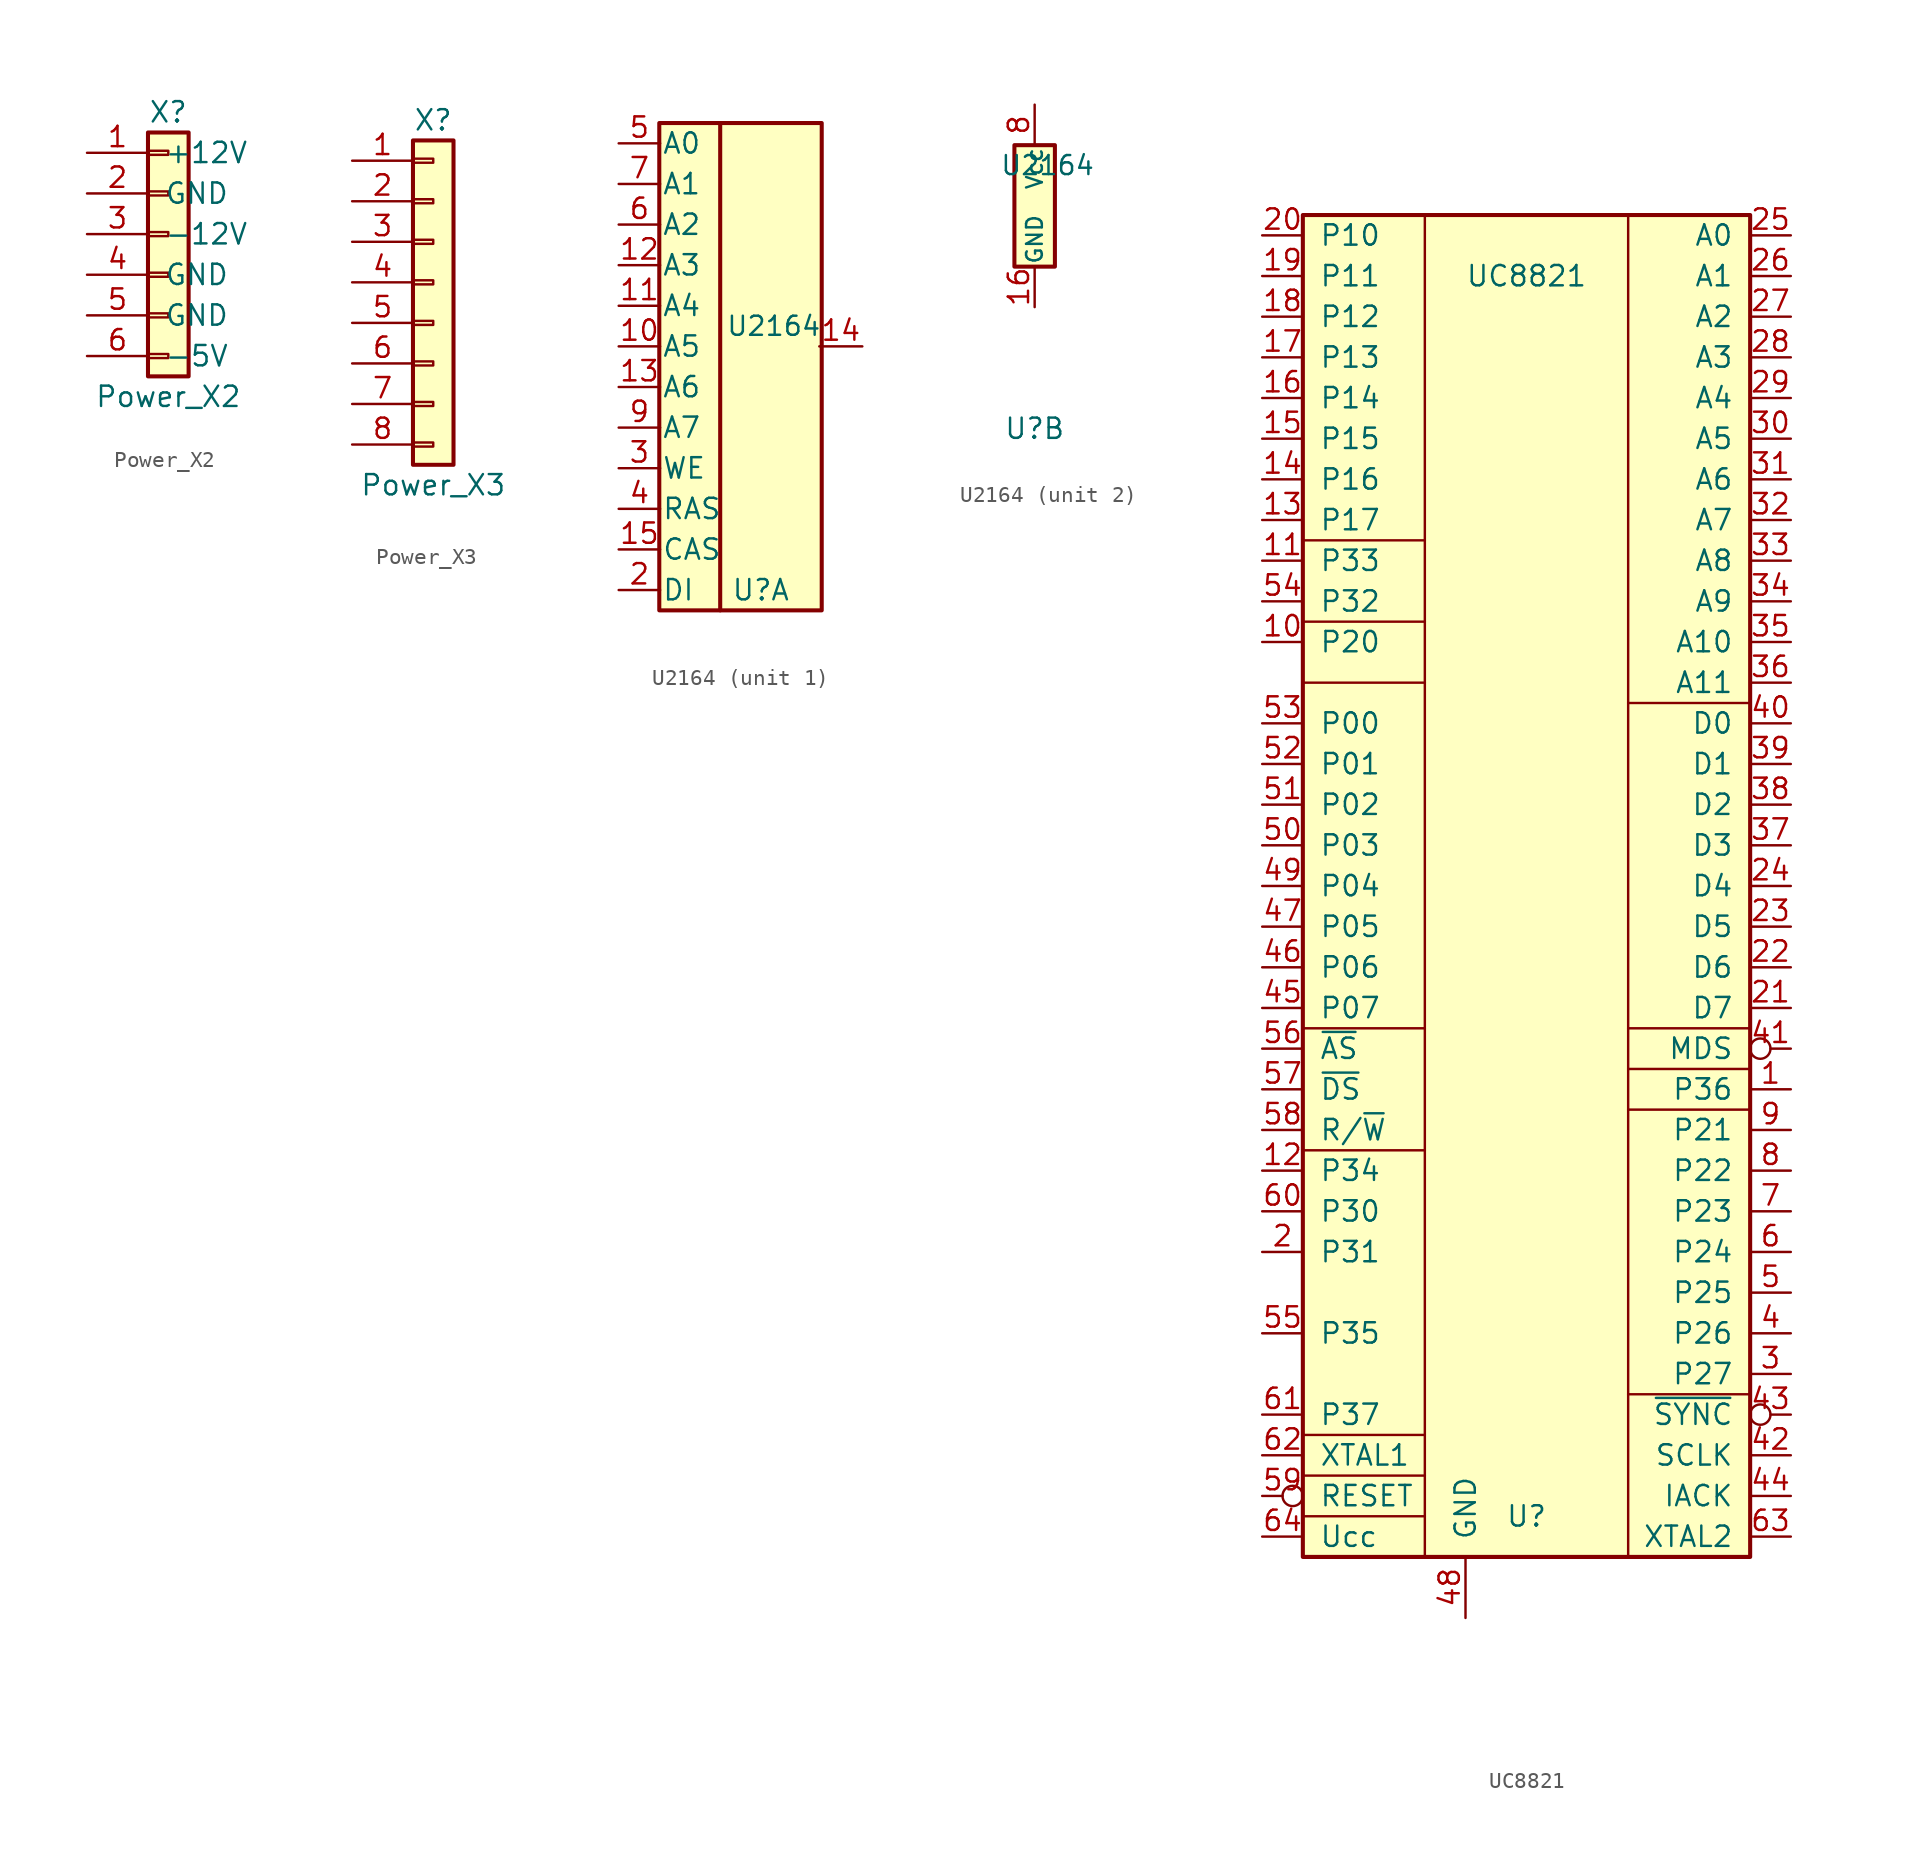
<source format=kicad_sym>
(kicad_symbol_lib
  (version 20241209)
  (generator "kicad_symbol_editor")
  (generator_version "9.0")
  (symbol "Power_X2"
    (pin_names
      (offset 1.016))
    (property "Reference" "X"
      (at 0 7.62 0)
      (effects (font (size 1.27 1.27))))
    (property "Value" "Power_X2"
      (at 0 -10.16 0)
      (effects (font (size 1.27 1.27))))
    (symbol "Power_X2_1_1"
      (rectangle (start -1.27 6.35) (end 1.27 -8.89) (stroke (width 0.254) (type default)) (fill (type background)))
      (rectangle (start -1.27 5.207) (end 0 4.953) (stroke (width 0.152) (type default)) (fill (type none)))
      (rectangle (start -1.27 2.667) (end 0 2.413) (stroke (width 0.152) (type default)) (fill (type none)))
      (rectangle (start -1.27 0.127) (end 0 -0.127) (stroke (width 0.152) (type default)) (fill (type none)))
      (rectangle (start -1.27 -2.413) (end 0 -2.667) (stroke (width 0.152) (type default)) (fill (type none)))
      (rectangle (start -1.27 -4.953) (end 0 -5.207) (stroke (width 0.152) (type default)) (fill (type none)))
      (rectangle (start -1.27 -7.493) (end 0 -7.747) (stroke (width 0.152) (type default)) (fill (type none)))
      (pin power_in line (at -5.08 5.08 0) (length 3.81) (name "+12V" (effects (font (size 1.27 1.27)))) (number "1" (effects (font (size 1.27 1.27)))))
      (pin power_in line (at -5.08 2.54 0) (length 3.81) (name "GND" (effects (font (size 1.27 1.27)))) (number "2" (effects (font (size 1.27 1.27)))))
      (pin power_in line (at -5.08 0 0) (length 3.81) (name "-12V" (effects (font (size 1.27 1.27)))) (number "3" (effects (font (size 1.27 1.27)))))
      (pin power_in line (at -5.08 -2.54 0) (length 3.81) (name "GND" (effects (font (size 1.27 1.27)))) (number "4" (effects (font (size 1.27 1.27)))))
      (pin power_in line (at -5.08 -5.08 0) (length 3.81) (name "GND" (effects (font (size 1.27 1.27)))) (number "5" (effects (font (size 1.27 1.27)))))
      (pin power_in line (at -5.08 -7.62 0) (length 3.81) (name "-5V" (effects (font (size 1.27 1.27)))) (number "6" (effects (font (size 1.27 1.27)))))))
  (symbol "Power_X3"
    (pin_names
      (offset 1.016)
      (hide yes))
    (property "Reference" "X"
      (at 0 10.16 0)
      (effects (font (size 1.27 1.27))))
    (property "Value" "Power_X3"
      (at 0 -12.7 0)
      (effects (font (size 1.27 1.27))))
    (symbol "Power_X3_1_1"
      (rectangle (start -1.27 8.89) (end 1.27 -11.43) (stroke (width 0.254) (type default)) (fill (type background)))
      (rectangle (start -1.27 7.747) (end 0 7.493) (stroke (width 0.152) (type default)) (fill (type none)))
      (rectangle (start -1.27 5.207) (end 0 4.953) (stroke (width 0.152) (type default)) (fill (type none)))
      (rectangle (start -1.27 2.667) (end 0 2.413) (stroke (width 0.152) (type default)) (fill (type none)))
      (rectangle (start -1.27 0.127) (end 0 -0.127) (stroke (width 0.152) (type default)) (fill (type none)))
      (rectangle (start -1.27 -2.413) (end 0 -2.667) (stroke (width 0.152) (type default)) (fill (type none)))
      (rectangle (start -1.27 -4.953) (end 0 -5.207) (stroke (width 0.152) (type default)) (fill (type none)))
      (rectangle (start -1.27 -7.493) (end 0 -7.747) (stroke (width 0.152) (type default)) (fill (type none)))
      (rectangle (start -1.27 -10.033) (end 0 -10.287) (stroke (width 0.152) (type default)) (fill (type none)))
      (pin power_in line (at -5.08 7.62 0) (length 3.81) (name "GND" (effects (font (size 1.27 1.27)))) (number "1" (effects (font (size 1.27 1.27)))))
      (pin power_in line (at -5.08 5.08 0) (length 3.81) (name "GND" (effects (font (size 1.27 1.27)))) (number "2" (effects (font (size 1.27 1.27)))))
      (pin power_in line (at -5.08 2.54 0) (length 3.81) (name "GND" (effects (font (size 1.27 1.27)))) (number "3" (effects (font (size 1.27 1.27)))))
      (pin power_in line (at -5.08 0 0) (length 3.81) (name "GND" (effects (font (size 1.27 1.27)))) (number "4" (effects (font (size 1.27 1.27)))))
      (pin power_in line (at -5.08 -2.54 0) (length 3.81) (name "+5V" (effects (font (size 1.27 1.27)))) (number "5" (effects (font (size 1.27 1.27)))))
      (pin power_in line (at -5.08 -5.08 0) (length 3.81) (name "+5V" (effects (font (size 1.27 1.27)))) (number "6" (effects (font (size 1.27 1.27)))))
      (pin power_in line (at -5.08 -7.62 0) (length 3.81) (name "+5V" (effects (font (size 1.27 1.27)))) (number "7" (effects (font (size 1.27 1.27)))))
      (pin power_in line (at -5.08 -10.16 0) (length 3.81) (name "+5V" (effects (font (size 1.27 1.27)))) (number "8" (effects (font (size 1.27 1.27)))))))
  (symbol "U2164"
    (pin_names
      (offset 0.102))
    (property "Reference" "U"
      (at 0 -13.97 0)
      (effects (font (size 1.27 1.27))))
    (property "Value" "U2164"
      (at 3.81 2.54 0)
      (effects (font (size 1.194 1.194)) (justify right)))
    (property "ki_locked" ""
      (at 0 0 0)
      (effects (font (size 1.27 1.27))))
    (symbol "U2164_1_0"
      (rectangle (start -6.35 15.24) (end 3.81 -15.24) (stroke (width 0.254) (type default)) (fill (type background)))
      (rectangle (start -2.54 15.24) (end -2.54 -15.24) (stroke (width 0.254) (type default)) (fill (type none)))
      (pin input line (at -8.89 13.97 0) (length 2.591) (name "A0" (effects (font (size 1.27 1.27)))) (number "5" (effects (font (size 1.27 1.27)))))
      (pin input line (at -8.89 11.43 0) (length 2.591) (name "A1" (effects (font (size 1.27 1.27)))) (number "7" (effects (font (size 1.27 1.27)))))
      (pin input line (at -8.89 8.89 0) (length 2.591) (name "A2" (effects (font (size 1.27 1.27)))) (number "6" (effects (font (size 1.27 1.27)))))
      (pin input line (at -8.89 6.35 0) (length 2.591) (name "A3" (effects (font (size 1.27 1.27)))) (number "12" (effects (font (size 1.27 1.27)))))
      (pin input line (at -8.89 3.81 0) (length 2.591) (name "A4" (effects (font (size 1.27 1.27)))) (number "11" (effects (font (size 1.27 1.27)))))
      (pin input line (at -8.89 1.27 0) (length 2.591) (name "A5" (effects (font (size 1.27 1.27)))) (number "10" (effects (font (size 1.27 1.27)))))
      (pin input line (at -8.89 -1.27 0) (length 2.591) (name "A6" (effects (font (size 1.27 1.27)))) (number "13" (effects (font (size 1.27 1.27)))))
      (pin input line (at -8.89 -3.81 0) (length 2.591) (name "A7" (effects (font (size 1.27 1.27)))) (number "9" (effects (font (size 1.27 1.27)))))
      (pin input line (at -8.89 -6.35 0) (length 2.591) (name "WE" (effects (font (size 1.27 1.27)))) (number "3" (effects (font (size 1.27 1.27)))))
      (pin input line (at -8.89 -8.89 0) (length 2.591) (name "RAS" (effects (font (size 1.27 1.27)))) (number "4" (effects (font (size 1.27 1.27)))))
      (pin input line (at -8.89 -11.43 0) (length 2.591) (name "CAS" (effects (font (size 1.27 1.27)))) (number "15" (effects (font (size 1.27 1.27)))))
      (pin input line (at -8.89 -13.97 0) (length 2.591) (name "DI" (effects (font (size 1.27 1.27)))) (number "2" (effects (font (size 1.27 1.27)))))
      (pin tri_state line (at 6.35 1.27 180) (length 2.692) (name "~" (effects (font (size 1.27 1.27)))) (number "14" (effects (font (size 1.27 1.27)))))
      (pin no_connect line (at 6.35 -12.7 180) (length 2.591) (hide yes) (name "~" (effects (font (size 1.27 1.27)))) (number "1" (effects (font (size 1.27 1.27))))))
    (symbol "U2164_2_0"
      (rectangle (start -1.27 3.81) (end 1.27 -3.81) (stroke (width 0.254) (type default)) (fill (type background)))
      (pin power_in line (at 0 6.35 270) (length 2.54) (name "Vcc" (effects (font (size 0.991 0.991)))) (number "8" (effects (font (size 1.27 1.27)))))
      (pin power_in line (at 0 -6.35 90) (length 2.54) (name "GND" (effects (font (size 0.991 0.991)))) (number "16" (effects (font (size 1.27 1.27)))))))
  (symbol "UC8821"
    (pin_names
      (offset 1.016))
    (property "Reference" "U"
      (at 0 -39.37 0)
      (effects (font (size 1.27 1.27))))
    (property "Value" "UC8821"
      (at 0 38.1 0)
      (effects (font (size 1.27 1.27))))
    (symbol "UC8821_0_1"
      (rectangle (start -13.97 21.59) (end -6.35 21.59) (stroke (width 0) (type default)) (fill (type none)))
      (rectangle (start -13.97 16.51) (end -6.35 16.51) (stroke (width 0) (type default)) (fill (type none)))
      (rectangle (start -13.97 12.7) (end -6.35 12.7) (stroke (width 0) (type default)) (fill (type none)))
      (rectangle (start -13.97 -8.89) (end -6.35 -8.89) (stroke (width 0) (type default)) (fill (type none)))
      (rectangle (start -13.97 -16.51) (end -6.35 -16.51) (stroke (width 0) (type default)) (fill (type none)))
      (rectangle (start -13.97 -34.29) (end -6.35 -34.29) (stroke (width 0) (type default)) (fill (type none)))
      (rectangle (start -13.97 -36.83) (end -6.35 -36.83) (stroke (width 0) (type default)) (fill (type none)))
      (rectangle (start -13.97 -39.37) (end -6.35 -39.37) (stroke (width 0) (type default)) (fill (type none)))
      (rectangle (start -6.35 -41.91) (end -6.35 41.91) (stroke (width 0) (type default)) (fill (type none)))
      (rectangle (start 6.35 41.91) (end 6.35 -41.91) (stroke (width 0) (type default)) (fill (type none)))
      (rectangle (start 6.35 11.43) (end 13.97 11.43) (stroke (width 0) (type default)) (fill (type none)))
      (rectangle (start 6.35 -8.89) (end 13.97 -8.89) (stroke (width 0) (type default)) (fill (type none)))
      (rectangle (start 6.35 -11.43) (end 13.97 -11.43) (stroke (width 0) (type default)) (fill (type none)))
      (rectangle (start 6.35 -13.97) (end 13.97 -13.97) (stroke (width 0) (type default)) (fill (type none)))
      (rectangle (start 6.35 -31.75) (end 13.97 -31.75) (stroke (width 0) (type default)) (fill (type none)))
      (rectangle (start 13.97 -41.91) (end -13.97 41.91) (stroke (width 0.254) (type default)) (fill (type background))))
    (symbol "UC8821_1_1"
      (pin bidirectional line (at -16.51 40.64 0) (length 2.54) (name "P10" (effects (font (size 1.27 1.27)))) (number "20" (effects (font (size 1.27 1.27)))))
      (pin bidirectional line (at -16.51 38.1 0) (length 2.54) (name "P11" (effects (font (size 1.27 1.27)))) (number "19" (effects (font (size 1.27 1.27)))))
      (pin bidirectional line (at -16.51 35.56 0) (length 2.54) (name "P12" (effects (font (size 1.27 1.27)))) (number "18" (effects (font (size 1.27 1.27)))))
      (pin bidirectional line (at -16.51 33.02 0) (length 2.54) (name "P13" (effects (font (size 1.27 1.27)))) (number "17" (effects (font (size 1.27 1.27)))))
      (pin bidirectional line (at -16.51 30.48 0) (length 2.54) (name "P14" (effects (font (size 1.27 1.27)))) (number "16" (effects (font (size 1.27 1.27)))))
      (pin bidirectional line (at -16.51 27.94 0) (length 2.54) (name "P15" (effects (font (size 1.27 1.27)))) (number "15" (effects (font (size 1.27 1.27)))))
      (pin bidirectional line (at -16.51 25.4 0) (length 2.54) (name "P16" (effects (font (size 1.27 1.27)))) (number "14" (effects (font (size 1.27 1.27)))))
      (pin bidirectional line (at -16.51 22.86 0) (length 2.54) (name "P17" (effects (font (size 1.27 1.27)))) (number "13" (effects (font (size 1.27 1.27)))))
      (pin bidirectional line (at -16.51 20.32 0) (length 2.54) (name "P33" (effects (font (size 1.27 1.27)))) (number "11" (effects (font (size 1.27 1.27)))))
      (pin bidirectional line (at -16.51 17.78 0) (length 2.54) (name "P32" (effects (font (size 1.27 1.27)))) (number "54" (effects (font (size 1.27 1.27)))))
      (pin bidirectional line (at -16.51 15.24 0) (length 2.54) (name "P20" (effects (font (size 1.27 1.27)))) (number "10" (effects (font (size 1.27 1.27)))))
      (pin bidirectional line (at -16.51 10.16 0) (length 2.54) (name "P00" (effects (font (size 1.27 1.27)))) (number "53" (effects (font (size 1.27 1.27)))))
      (pin bidirectional line (at -16.51 7.62 0) (length 2.54) (name "P01" (effects (font (size 1.27 1.27)))) (number "52" (effects (font (size 1.27 1.27)))))
      (pin bidirectional line (at -16.51 5.08 0) (length 2.54) (name "P02" (effects (font (size 1.27 1.27)))) (number "51" (effects (font (size 1.27 1.27)))))
      (pin bidirectional line (at -16.51 2.54 0) (length 2.54) (name "P03" (effects (font (size 1.27 1.27)))) (number "50" (effects (font (size 1.27 1.27)))))
      (pin bidirectional line (at -16.51 0 0) (length 2.54) (name "P04" (effects (font (size 1.27 1.27)))) (number "49" (effects (font (size 1.27 1.27)))))
      (pin bidirectional line (at -16.51 -2.54 0) (length 2.54) (name "P05" (effects (font (size 1.27 1.27)))) (number "47" (effects (font (size 1.27 1.27)))))
      (pin bidirectional line (at -16.51 -5.08 0) (length 2.54) (name "P06" (effects (font (size 1.27 1.27)))) (number "46" (effects (font (size 1.27 1.27)))))
      (pin bidirectional line (at -16.51 -7.62 0) (length 2.54) (name "P07" (effects (font (size 1.27 1.27)))) (number "45" (effects (font (size 1.27 1.27)))))
      (pin output line (at -16.51 -10.16 0) (length 2.54) (name "~{AS}" (effects (font (size 1.27 1.27)))) (number "56" (effects (font (size 1.27 1.27)))))
      (pin output line (at -16.51 -12.7 0) (length 2.54) (name "~{DS}" (effects (font (size 1.27 1.27)))) (number "57" (effects (font (size 1.27 1.27)))))
      (pin output line (at -16.51 -15.24 0) (length 2.54) (name "R/~{W}" (effects (font (size 1.27 1.27)))) (number "58" (effects (font (size 1.27 1.27)))))
      (pin bidirectional line (at -16.51 -17.78 0) (length 2.54) (name "P34" (effects (font (size 1.27 1.27)))) (number "12" (effects (font (size 1.27 1.27)))))
      (pin bidirectional line (at -16.51 -20.32 0) (length 2.54) (name "P30" (effects (font (size 1.27 1.27)))) (number "60" (effects (font (size 1.27 1.27)))))
      (pin bidirectional line (at -16.51 -22.86 0) (length 2.54) (name "P31" (effects (font (size 1.27 1.27)))) (number "2" (effects (font (size 1.27 1.27)))))
      (pin bidirectional line (at -16.51 -27.94 0) (length 2.54) (name "P35" (effects (font (size 1.27 1.27)))) (number "55" (effects (font (size 1.27 1.27)))))
      (pin bidirectional line (at -16.51 -33.02 0) (length 2.54) (name "P37" (effects (font (size 1.27 1.27)))) (number "61" (effects (font (size 1.27 1.27)))))
      (pin input line (at -16.51 -35.56 0) (length 2.54) (name "XTAL1" (effects (font (size 1.27 1.27)))) (number "62" (effects (font (size 1.27 1.27)))))
      (pin input inverted (at -16.51 -38.1 0) (length 2.54) (name "RESET" (effects (font (size 1.27 1.27)))) (number "59" (effects (font (size 1.27 1.27)))))
      (pin power_in line (at -16.51 -40.64 0) (length 2.54) (name "Ucc" (effects (font (size 1.27 1.27)))) (number "64" (effects (font (size 1.27 1.27)))))
      (pin power_in line (at -3.81 -45.72 90) (length 3.81) (name "GND" (effects (font (size 1.27 1.27)))) (number "48" (effects (font (size 1.27 1.27)))))
      (pin output line (at 16.51 40.64 180) (length 2.54) (name "A0" (effects (font (size 1.27 1.27)))) (number "25" (effects (font (size 1.27 1.27)))))
      (pin output line (at 16.51 38.1 180) (length 2.54) (name "A1" (effects (font (size 1.27 1.27)))) (number "26" (effects (font (size 1.27 1.27)))))
      (pin output line (at 16.51 35.56 180) (length 2.54) (name "A2" (effects (font (size 1.27 1.27)))) (number "27" (effects (font (size 1.27 1.27)))))
      (pin output line (at 16.51 33.02 180) (length 2.54) (name "A3" (effects (font (size 1.27 1.27)))) (number "28" (effects (font (size 1.27 1.27)))))
      (pin output line (at 16.51 30.48 180) (length 2.54) (name "A4" (effects (font (size 1.27 1.27)))) (number "29" (effects (font (size 1.27 1.27)))))
      (pin output line (at 16.51 27.94 180) (length 2.54) (name "A5" (effects (font (size 1.27 1.27)))) (number "30" (effects (font (size 1.27 1.27)))))
      (pin output line (at 16.51 25.4 180) (length 2.54) (name "A6" (effects (font (size 1.27 1.27)))) (number "31" (effects (font (size 1.27 1.27)))))
      (pin output line (at 16.51 22.86 180) (length 2.54) (name "A7" (effects (font (size 1.27 1.27)))) (number "32" (effects (font (size 1.27 1.27)))))
      (pin output line (at 16.51 20.32 180) (length 2.54) (name "A8" (effects (font (size 1.27 1.27)))) (number "33" (effects (font (size 1.27 1.27)))))
      (pin output line (at 16.51 17.78 180) (length 2.54) (name "A9" (effects (font (size 1.27 1.27)))) (number "34" (effects (font (size 1.27 1.27)))))
      (pin output line (at 16.51 15.24 180) (length 2.54) (name "A10" (effects (font (size 1.27 1.27)))) (number "35" (effects (font (size 1.27 1.27)))))
      (pin output line (at 16.51 12.7 180) (length 2.54) (name "A11" (effects (font (size 1.27 1.27)))) (number "36" (effects (font (size 1.27 1.27)))))
      (pin input line (at 16.51 10.16 180) (length 2.54) (name "D0" (effects (font (size 1.27 1.27)))) (number "40" (effects (font (size 1.27 1.27)))))
      (pin input line (at 16.51 7.62 180) (length 2.54) (name "D1" (effects (font (size 1.27 1.27)))) (number "39" (effects (font (size 1.27 1.27)))))
      (pin input line (at 16.51 5.08 180) (length 2.54) (name "D2" (effects (font (size 1.27 1.27)))) (number "38" (effects (font (size 1.27 1.27)))))
      (pin input line (at 16.51 2.54 180) (length 2.54) (name "D3" (effects (font (size 1.27 1.27)))) (number "37" (effects (font (size 1.27 1.27)))))
      (pin input line (at 16.51 0 180) (length 2.54) (name "D4" (effects (font (size 1.27 1.27)))) (number "24" (effects (font (size 1.27 1.27)))))
      (pin input line (at 16.51 -2.54 180) (length 2.54) (name "D5" (effects (font (size 1.27 1.27)))) (number "23" (effects (font (size 1.27 1.27)))))
      (pin input line (at 16.51 -5.08 180) (length 2.54) (name "D6" (effects (font (size 1.27 1.27)))) (number "22" (effects (font (size 1.27 1.27)))))
      (pin input line (at 16.51 -7.62 180) (length 2.54) (name "D7" (effects (font (size 1.27 1.27)))) (number "21" (effects (font (size 1.27 1.27)))))
      (pin output inverted (at 16.51 -10.16 180) (length 2.54) (name "MDS" (effects (font (size 1.27 1.27)))) (number "41" (effects (font (size 1.27 1.27)))))
      (pin bidirectional line (at 16.51 -12.7 180) (length 2.54) (name "P36" (effects (font (size 1.27 1.27)))) (number "1" (effects (font (size 1.27 1.27)))))
      (pin bidirectional line (at 16.51 -15.24 180) (length 2.54) (name "P21" (effects (font (size 1.27 1.27)))) (number "9" (effects (font (size 1.27 1.27)))))
      (pin bidirectional line (at 16.51 -17.78 180) (length 2.54) (name "P22" (effects (font (size 1.27 1.27)))) (number "8" (effects (font (size 1.27 1.27)))))
      (pin bidirectional line (at 16.51 -20.32 180) (length 2.54) (name "P23" (effects (font (size 1.27 1.27)))) (number "7" (effects (font (size 1.27 1.27)))))
      (pin bidirectional line (at 16.51 -22.86 180) (length 2.54) (name "P24" (effects (font (size 1.27 1.27)))) (number "6" (effects (font (size 1.27 1.27)))))
      (pin bidirectional line (at 16.51 -25.4 180) (length 2.54) (name "P25" (effects (font (size 1.27 1.27)))) (number "5" (effects (font (size 1.27 1.27)))))
      (pin bidirectional line (at 16.51 -27.94 180) (length 2.54) (name "P26" (effects (font (size 1.27 1.27)))) (number "4" (effects (font (size 1.27 1.27)))))
      (pin bidirectional line (at 16.51 -30.48 180) (length 2.54) (name "P27" (effects (font (size 1.27 1.27)))) (number "3" (effects (font (size 1.27 1.27)))))
      (pin output inverted (at 16.51 -33.02 180) (length 2.54) (name "~{SYNC}" (effects (font (size 1.27 1.27)))) (number "43" (effects (font (size 1.27 1.27)))))
      (pin output line (at 16.51 -35.56 180) (length 2.54) (name "SCLK" (effects (font (size 1.27 1.27)))) (number "42" (effects (font (size 1.27 1.27)))))
      (pin output line (at 16.51 -38.1 180) (length 2.54) (name "IACK" (effects (font (size 1.27 1.27)))) (number "44" (effects (font (size 1.27 1.27)))))
      (pin input line (at 16.51 -40.64 180) (length 2.54) (name "XTAL2" (effects (font (size 1.27 1.27)))) (number "63" (effects (font (size 1.27 1.27))))))))
</source>
